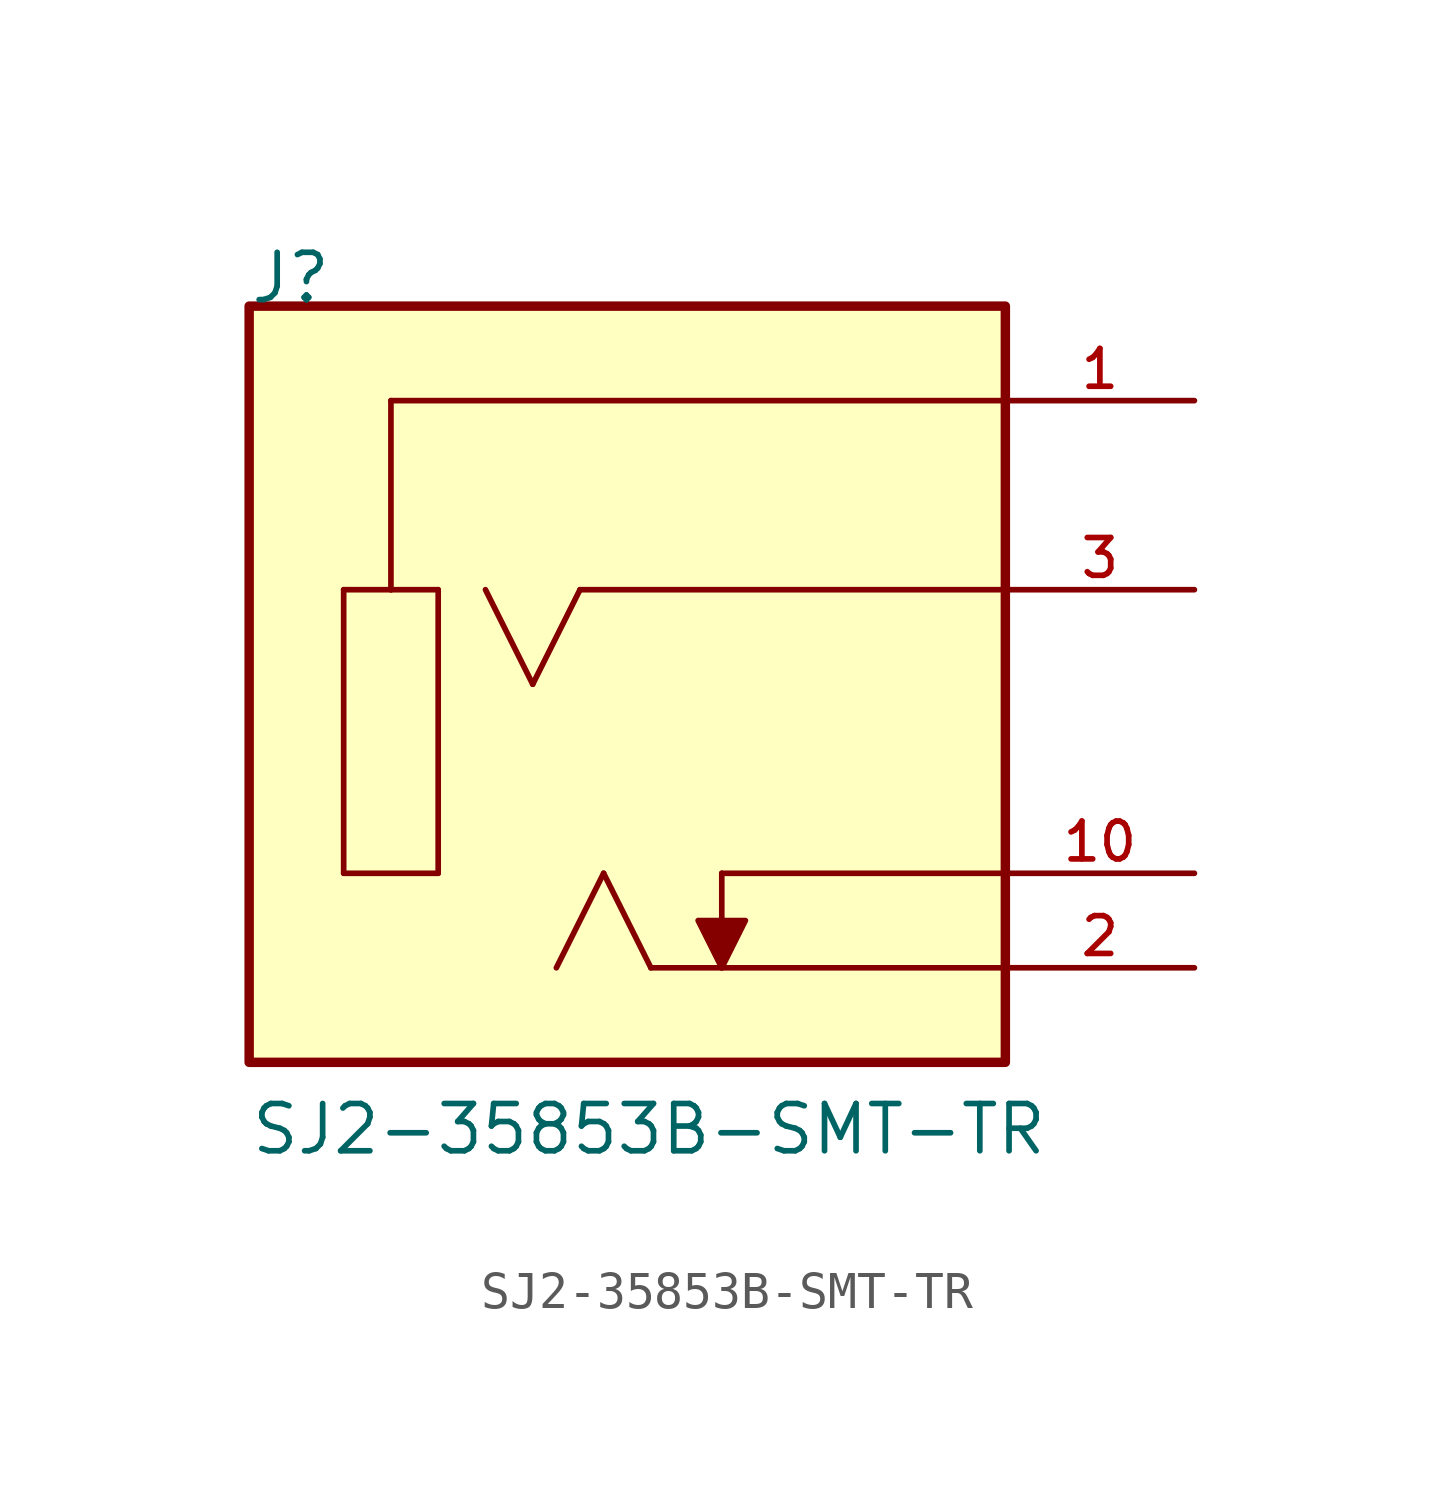
<source format=kicad_sym>
(kicad_symbol_lib
  (version 20211014)
  (generator kicad_symbol_editor)
  (symbol "SJ2-35853B-SMT-TR"
    (pin_names
      (offset 1.016))
    (property "Reference" "J"
      (at -10.172 10.172 0)
      (effects (font (size 1.27 1.27)) (justify bottom left)))
    (property "Value" "SJ2-35853B-SMT-TR"
      (at -10.16 -12.7 0)
      (effects (font (size 1.27 1.27)) (justify bottom left)))
    (symbol "SJ2-35853B-SMT-TR_0_0"
      (polyline (pts (xy 10.16 7.62) (xy -6.35 7.62)) (stroke (width 0.152)))
      (polyline (pts (xy -6.35 7.62) (xy -6.35 2.54)) (stroke (width 0.152)))
      (polyline (pts (xy -6.35 2.54) (xy -7.62 2.54)) (stroke (width 0.152)))
      (polyline (pts (xy -7.62 2.54) (xy -7.62 -5.08)) (stroke (width 0.152)))
      (polyline (pts (xy -7.62 -5.08) (xy -5.08 -5.08)) (stroke (width 0.152)))
      (polyline (pts (xy -5.08 -5.08) (xy -5.08 2.54)) (stroke (width 0.152)))
      (polyline (pts (xy -5.08 2.54) (xy -6.35 2.54)) (stroke (width 0.152)))
      (polyline (pts (xy 10.16 -7.62) (xy 0.635 -7.62)) (stroke (width 0.152)))
      (polyline (pts (xy 0.635 -7.62) (xy -0.635 -5.08)) (stroke (width 0.152)))
      (polyline (pts (xy -0.635 -5.08) (xy -1.905 -7.62)) (stroke (width 0.152)))
      (polyline (pts (xy 10.16 2.54) (xy -1.27 2.54)) (stroke (width 0.152)))
      (polyline (pts (xy -1.27 2.54) (xy -2.54 0.0)) (stroke (width 0.152)))
      (polyline (pts (xy -2.54 0.0) (xy -3.81 2.54)) (stroke (width 0.152)))
      (polyline (pts (xy 10.16 -5.08) (xy 2.54 -5.08)) (stroke (width 0.152)))
      (polyline (pts (xy 2.54 -5.08) (xy 2.54 -7.62)) (stroke (width 0.152)))
      (polyline (pts (xy 2.54 -7.62) (xy 1.905 -6.35) (xy 3.175 -6.35) (xy 2.54 -7.62)) (stroke (width 0.152)) (fill (type outline)))
      (rectangle (start -10.16 -10.16) (end 10.16 10.16) (stroke (width 0.254)) (fill (type background)))
      (pin passive line (at 15.24 7.62 180.0) (length 5.08) (name "~" (effects (font (size 1.016 1.016)))) (number "1" (effects (font (size 1.016 1.016)))))
      (pin passive line (at 15.24 -7.62 180.0) (length 5.08) (name "~" (effects (font (size 1.016 1.016)))) (number "2" (effects (font (size 1.016 1.016)))))
      (pin passive line (at 15.24 2.54 180.0) (length 5.08) (name "~" (effects (font (size 1.016 1.016)))) (number "3" (effects (font (size 1.016 1.016)))))
      (pin passive line (at 15.24 -5.08 180.0) (length 5.08) (name "~" (effects (font (size 1.016 1.016)))) (number "10" (effects (font (size 1.016 1.016))))))))
</source>
